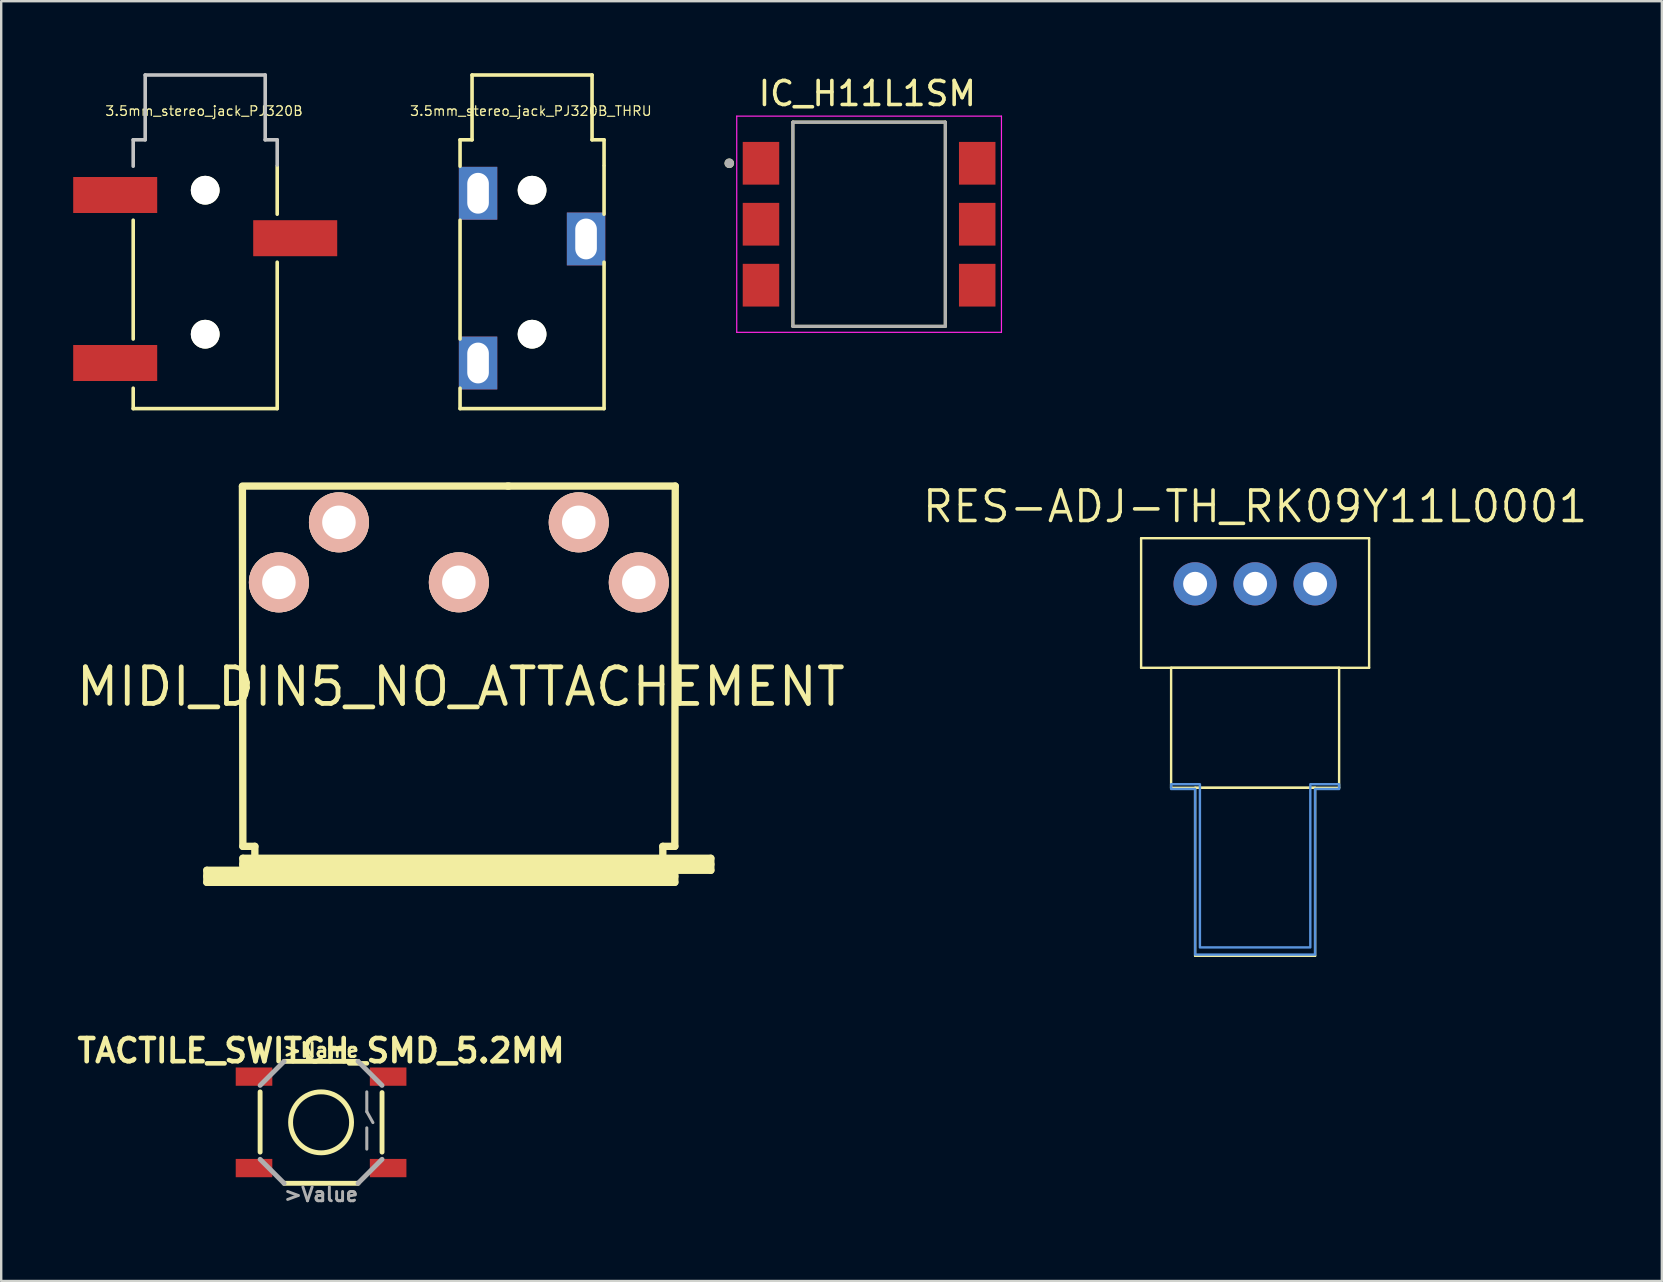
<source format=kicad_pcb>
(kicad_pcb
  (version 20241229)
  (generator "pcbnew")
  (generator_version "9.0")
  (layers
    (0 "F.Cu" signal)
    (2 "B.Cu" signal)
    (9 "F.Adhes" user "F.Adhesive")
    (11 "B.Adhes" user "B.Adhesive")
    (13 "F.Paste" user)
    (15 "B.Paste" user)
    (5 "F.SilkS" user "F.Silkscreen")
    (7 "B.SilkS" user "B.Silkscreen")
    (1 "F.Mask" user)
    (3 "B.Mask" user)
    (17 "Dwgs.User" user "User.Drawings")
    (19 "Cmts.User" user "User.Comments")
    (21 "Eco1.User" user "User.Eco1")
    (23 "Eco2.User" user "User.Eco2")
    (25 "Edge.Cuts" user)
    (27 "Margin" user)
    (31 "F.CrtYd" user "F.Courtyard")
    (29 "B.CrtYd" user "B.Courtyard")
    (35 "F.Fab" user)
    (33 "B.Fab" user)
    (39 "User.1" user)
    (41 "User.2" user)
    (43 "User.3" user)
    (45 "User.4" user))
  (footprint "IC_H11L1SM"
    (layer "F.Cu")
    (at 33.162 6.293)
    (property "Reference" "IC_H11L1SM" (at -0.075 -5.445 0) (layer "F.SilkS") (effects (font (size 1 1) (thickness 0.15))))
    (attr smd)
    (fp_line (start -3.175 -4.255) (end -3.175 4.255) (stroke (width 0.127) (type solid)) (layer "F.SilkS"))
    (fp_line (start -3.175 -4.255) (end 3.175 -4.255) (stroke (width 0.127) (type solid)) (layer "F.SilkS"))
    (fp_line (start -3.175 4.255) (end 3.175 4.255) (stroke (width 0.127) (type solid)) (layer "F.SilkS"))
    (fp_line (start 3.175 -4.255) (end 3.175 4.255) (stroke (width 0.127) (type solid)) (layer "F.SilkS"))
    (fp_circle (center -5.825 -2.54) (end -5.725 -2.54) (stroke (width 0.2) (type solid)) (fill no) (layer "F.SilkS"))
    (fp_line (start -5.515 -4.505) (end -5.515 4.505) (stroke (width 0.05) (type solid)) (layer "F.CrtYd"))
    (fp_line (start -5.515 -4.505) (end 5.515 -4.505) (stroke (width 0.05) (type solid)) (layer "F.CrtYd"))
    (fp_line (start -5.515 4.505) (end 5.515 4.505) (stroke (width 0.05) (type solid)) (layer "F.CrtYd"))
    (fp_line (start 5.515 -4.505) (end 5.515 4.505) (stroke (width 0.05) (type solid)) (layer "F.CrtYd"))
    (fp_line (start -3.175 -4.255) (end -3.175 4.255) (stroke (width 0.127) (type solid)) (layer "F.Fab"))
    (fp_line (start -3.175 -4.255) (end 3.175 -4.255) (stroke (width 0.127) (type solid)) (layer "F.Fab"))
    (fp_line (start -3.175 4.255) (end 3.175 4.255) (stroke (width 0.127) (type solid)) (layer "F.Fab"))
    (fp_line (start 3.175 -4.255) (end 3.175 4.255) (stroke (width 0.127) (type solid)) (layer "F.Fab"))
    (fp_circle (center -5.825 -2.54) (end -5.725 -2.54) (stroke (width 0.2) (type solid)) (fill no) (layer "F.Fab"))
    (pad "1" smd rect (at -4.505 -2.54) (size 1.52 1.78) (layers "F.Cu" "F.Mask" "F.Paste"))
    (pad "2" smd rect (at -4.505 0) (size 1.52 1.78) (layers "F.Cu" "F.Mask" "F.Paste"))
    (pad "3" smd rect (at -4.505 2.54) (size 1.52 1.78) (layers "F.Cu" "F.Mask" "F.Paste"))
    (pad "4" smd rect (at 4.505 2.54) (size 1.52 1.78) (layers "F.Cu" "F.Mask" "F.Paste"))
    (pad "5" smd rect (at 4.505 0) (size 1.52 1.78) (layers "F.Cu" "F.Mask" "F.Paste"))
    (pad "6" smd rect (at 4.505 -2.54) (size 1.52 1.78) (layers "F.Cu" "F.Mask" "F.Paste")))
  (footprint "TACTILE_SWITCH_SMD_5.2MM"
    (layer "F.Cu")
    (at 10.328 43.714)
    (property "Reference" "TACTILE_SWITCH_SMD_5.2MM" (at 0 -2.985 0) (layer "F.SilkS") (effects (font (size 0.965 0.965) (thickness 0.193))))
    (attr through_hole)
    (fp_line (start -2.54 1.24) (end -2.54 -1.27) (stroke (width 0.203) (type solid)) (layer "F.SilkS"))
    (fp_line (start -1.54 -2.54) (end 1.54 -2.54) (stroke (width 0.203) (type solid)) (layer "F.SilkS"))
    (fp_line (start 1.54 2.54) (end -1.54 2.54) (stroke (width 0.203) (type solid)) (layer "F.SilkS"))
    (fp_line (start 2.54 -1.24) (end 2.54 1.24) (stroke (width 0.203) (type solid)) (layer "F.SilkS"))
    (fp_circle (center 0 0) (end 1.27 0) (stroke (width 0.203) (type solid)) (fill no) (layer "F.SilkS"))
    (fp_line (start -2.54 -1.54) (end -1.54 -2.54) (stroke (width 0.203) (type solid)) (layer "F.Fab"))
    (fp_line (start -1.54 2.54) (end -2.54 1.54) (stroke (width 0.203) (type solid)) (layer "F.Fab"))
    (fp_line (start 1.54 -2.54) (end 2.54 -1.54) (stroke (width 0.203) (type solid)) (layer "F.Fab"))
    (fp_line (start 1.905 -1.27) (end 1.905 -0.445) (stroke (width 0.127) (type solid)) (layer "F.Fab"))
    (fp_line (start 1.905 -0.445) (end 2.16 0.01) (stroke (width 0.127) (type solid)) (layer "F.Fab"))
    (fp_line (start 1.905 0.23) (end 1.905 1.115) (stroke (width 0.127) (type solid)) (layer "F.Fab"))
    (fp_line (start 2.54 1.54) (end 1.54 2.54) (stroke (width 0.203) (type solid)) (layer "F.Fab"))
    (fp_text user ">Name" (at 0 -2.667 0) (layer "F.SilkS") (effects (font (size 0.579 0.579) (thickness 0.122)) (justify bottom)))
    (fp_text user ">Value" (at 0 2.667 0) (layer "F.Fab") (effects (font (size 0.579 0.579) (thickness 0.122)) (justify top)))
    (pad "1" smd rect (at -2.794 -1.905 90) (size 0.762 1.524) (layers "F.Cu" "F.Mask" "F.Paste"))
    (pad "2" smd rect (at 2.794 -1.905 90) (size 0.762 1.524) (layers "F.Cu" "F.Mask" "F.Paste"))
    (pad "3" smd rect (at -2.794 1.905 90) (size 0.762 1.524) (layers "F.Cu" "F.Mask" "F.Paste"))
    (pad "4" smd rect (at 2.794 1.905 90) (size 0.762 1.524) (layers "F.Cu" "F.Mask" "F.Paste")))
  (footprint "3.5mm_stereo_jack_PJ320B_THRU"
    (layer "F.Cu")
    (at 19.119 4.875)
    (property "Reference" "3.5mm_stereo_jack_PJ320B_THRU" (at -0.05 -3.3 0) (layer "F.SilkS") (effects (font (size 0.399 0.399) (thickness 0.051))))
    (attr through_hole)
    (fp_line (start -3 -2.1) (end -2.5 -2.1) (stroke (width 0.15) (type solid)) (layer "F.SilkS"))
    (fp_line (start -3 -1) (end -3 -2.1) (stroke (width 0.15) (type solid)) (layer "F.SilkS"))
    (fp_line (start -3 1.25) (end -3 6.2) (stroke (width 0.15) (type solid)) (layer "F.SilkS"))
    (fp_line (start -3 9.1) (end -3 8.25) (stroke (width 0.15) (type solid)) (layer "F.SilkS"))
    (fp_line (start -2.5 -4.8) (end 2.5 -4.8) (stroke (width 0.15) (type solid)) (layer "F.SilkS"))
    (fp_line (start -2.5 -2.1) (end -2.5 -4.8) (stroke (width 0.15) (type solid)) (layer "F.SilkS"))
    (fp_line (start 2.5 -4.8) (end 2.5 -2.1) (stroke (width 0.15) (type solid)) (layer "F.SilkS"))
    (fp_line (start 2.5 -2.1) (end 3 -2.1) (stroke (width 0.15) (type solid)) (layer "F.SilkS"))
    (fp_line (start 3 -2.1) (end 3 -1.05) (stroke (width 0.15) (type solid)) (layer "F.SilkS"))
    (fp_line (start 3 -1) (end 3 1) (stroke (width 0.15) (type solid)) (layer "F.SilkS"))
    (fp_line (start 3 3) (end 3 9.1) (stroke (width 0.15) (type solid)) (layer "F.SilkS"))
    (fp_line (start 3 9.1) (end -3 9.1) (stroke (width 0.15) (type solid)) (layer "F.SilkS"))
    (pad "" np_thru_hole circle (at 0 0) (size 1.2 1.2) (drill 1.2) (layers "*.Cu" "*.Mask" "F.SilkS"))
    (pad "" np_thru_hole circle (at 0 6) (size 1.2 1.2) (drill 1.2) (layers "*.Cu" "*.Mask" "F.SilkS"))
    (pad "1" thru_hole rect (at -2.25 0.127) (size 1.6 2.2) (drill oval 0.9 1.7) (layers "*.Cu" "*.Mask"))
    (pad "2" thru_hole rect (at -2.25 7.2) (size 1.6 2.2) (drill oval 0.9 1.7) (layers "*.Cu" "*.Mask"))
    (pad "3" thru_hole rect (at 2.25 2.032) (size 1.6 2.2) (drill oval 0.9 1.7) (layers "*.Cu" "*.Mask")))
  (footprint "MIDI_DIN5_NO_ATTACHEMENT"
    (layer "F.Cu")
    (at 16.068 24.213)
    (property "Reference" "MIDI_DIN5_NO_ATTACHEMENT" (at 0.081 1.351 0) (layer "F.SilkS") (effects (font (size 1.524 1.524) (thickness 0.2))))
    (attr through_hole)
    (fp_line (start -10.5 8.999) (end -8.999 8.999) (stroke (width 0.305) (type solid)) (layer "F.SilkS"))
    (fp_line (start -10.5 9.251) (end 8.999 9.251) (stroke (width 0.305) (type solid)) (layer "F.SilkS"))
    (fp_line (start -10.5 9.5) (end -10.5 8.999) (stroke (width 0.305) (type solid)) (layer "F.SilkS"))
    (fp_line (start -9.017 -7.01) (end 2.083 -7.01) (stroke (width 0.305) (type solid)) (layer "F.SilkS"))
    (fp_line (start -9.017 -6.985) (end -8.999 8.001) (stroke (width 0.305) (type solid)) (layer "F.SilkS"))
    (fp_line (start -8.999 8.001) (end -8.499 8.001) (stroke (width 0.305) (type solid)) (layer "F.SilkS"))
    (fp_line (start -8.999 8.499) (end 10.5 8.499) (stroke (width 0.305) (type solid)) (layer "F.SilkS"))
    (fp_line (start -8.999 8.75) (end 10.5 8.75) (stroke (width 0.305) (type solid)) (layer "F.SilkS"))
    (fp_line (start -8.999 8.999) (end -8.999 8.499) (stroke (width 0.305) (type solid)) (layer "F.SilkS"))
    (fp_line (start -8.499 8.001) (end -8.499 8.499) (stroke (width 0.305) (type solid)) (layer "F.SilkS"))
    (fp_line (start 8.499 8.499) (end 8.499 8.001) (stroke (width 0.305) (type solid)) (layer "F.SilkS"))
    (fp_line (start 8.999 8.001) (end 8.499 8.001) (stroke (width 0.305) (type solid)) (layer "F.SilkS"))
    (fp_line (start 8.999 8.999) (end -8.999 8.999) (stroke (width 0.305) (type solid)) (layer "F.SilkS"))
    (fp_line (start 8.999 8.999) (end 8.999 9.5) (stroke (width 0.305) (type solid)) (layer "F.SilkS"))
    (fp_line (start 8.999 9.5) (end -10.5 9.5) (stroke (width 0.305) (type solid)) (layer "F.SilkS"))
    (fp_line (start 9.017 -7.01) (end 2.032 -7.01) (stroke (width 0.305) (type solid)) (layer "F.SilkS"))
    (fp_line (start 9.017 -7.01) (end 8.999 8.001) (stroke (width 0.305) (type solid)) (layer "F.SilkS"))
    (fp_line (start 10.5 8.499) (end 10.5 8.999) (stroke (width 0.305) (type solid)) (layer "F.SilkS"))
    (fp_line (start 10.5 8.999) (end 8.999 8.999) (stroke (width 0.305) (type solid)) (layer "F.SilkS"))
    (pad "1" thru_hole circle (at 7.498 -2.997) (size 2.499 2.499) (drill 1.397) (layers "*.Cu" "*.SilkS" "*.Mask"))
    (pad "2" thru_hole circle (at 0 -3) (size 2.499 2.499) (drill 1.397) (layers "*.Cu" "*.SilkS" "*.Mask"))
    (pad "3" thru_hole circle (at -7.498 -2.997) (size 2.499 2.499) (drill 1.397) (layers "*.Cu" "*.SilkS" "*.Mask"))
    (pad "4" thru_hole circle (at 4.996 -5.499) (size 2.499 2.499) (drill 1.397) (layers "*.Cu" "*.SilkS" "*.Mask"))
    (pad "5" thru_hole circle (at -4.996 -5.499) (size 2.499 2.499) (drill 1.397) (layers "*.Cu" "*.SilkS" "*.Mask")))
  (footprint "RES-ADJ-TH_RK09Y11L0001"
    (layer "F.Cu")
    (at 49.246 21.276)
    (property "Reference" "RES-ADJ-TH_RK09Y11L0001" (at 0 -3.22 0) (layer "F.SilkS") (effects (font (size 1.27 1.27) (thickness 0.15))))
    (attr through_hole)
    (fp_line (start -4.75 -1.9) (end -4.75 3.5) (stroke (width 0.1) (type solid)) (layer "F.SilkS"))
    (fp_line (start -4.75 3.5) (end 4.75 3.5) (stroke (width 0.1) (type solid)) (layer "F.SilkS"))
    (fp_line (start -3.5 3.5) (end -3.5 8.5) (stroke (width 0.1) (type solid)) (layer "F.SilkS"))
    (fp_line (start -3.5 8.5) (end 3.5 8.5) (stroke (width 0.1) (type solid)) (layer "F.SilkS"))
    (fp_line (start -2.5 8.5) (end -2.5 15.5) (stroke (width 0.1) (type solid)) (layer "F.SilkS"))
    (fp_line (start -2.5 15.5) (end 2.5 15.5) (stroke (width 0.1) (type solid)) (layer "F.SilkS"))
    (fp_line (start 2.5 8.5) (end -2.5 8.5) (stroke (width 0.1) (type solid)) (layer "F.SilkS"))
    (fp_line (start 2.5 15.5) (end 2.5 8.5) (stroke (width 0.1) (type solid)) (layer "F.SilkS"))
    (fp_line (start 3.5 3.5) (end -3.5 3.5) (stroke (width 0.1) (type solid)) (layer "F.SilkS"))
    (fp_line (start 3.5 8.5) (end 3.5 3.5) (stroke (width 0.1) (type solid)) (layer "F.SilkS"))
    (fp_line (start 4.75 -1.9) (end -4.75 -1.9) (stroke (width 0.1) (type solid)) (layer "F.SilkS"))
    (fp_line (start 4.75 3.5) (end 4.75 -1.9) (stroke (width 0.1) (type solid)) (layer "F.SilkS"))
    (fp_poly (pts (xy 3.5 8.55) (xy 2.5 8.55) (xy 2.5 15.45) (xy -2.5 15.45) (xy -2.5 8.55) (xy -3.5 8.55) (xy -3.5 8.35) (xy -2.3 8.35) (xy -2.3 15.15) (xy 2.3 15.15) (xy 2.3 8.35) (xy 3.5 8.35)) (stroke (width 0.1) (type solid)) (fill no) (layer "Cmts.User"))
    (fp_text user "" (at 0 0 0) (layer "Cmts.User") (effects (font (size 1 1) (thickness 0.15))))
    (pad "1" thru_hole circle (at -2.5 0 270) (size 1.8 1.8) (drill oval 1) (layers "*.Cu" "*.Paste" "*.Mask"))
    (pad "2" thru_hole circle (at 0 0 270) (size 1.8 1.8) (drill oval 1) (layers "*.Cu" "*.Paste" "*.Mask"))
    (pad "3" thru_hole circle (at 2.5 0 270) (size 1.8 1.8) (drill oval 1) (layers "*.Cu" "*.Paste" "*.Mask")))
  (footprint "3.5mm_stereo_jack_PJ320B"
    (layer "F.Cu")
    (at 5.5 4.875)
    (property "Reference" "3.5mm_stereo_jack_PJ320B" (at -0.05 -3.3 0) (layer "F.SilkS") (effects (font (size 0.399 0.399) (thickness 0.051))))
    (attr through_hole)
    (fp_line (start -3 1.25) (end -3 6.2) (stroke (width 0.15) (type solid)) (layer "F.SilkS"))
    (fp_line (start -3 9.1) (end -3 8.25) (stroke (width 0.15) (type solid)) (layer "F.SilkS"))
    (fp_line (start 3 -1) (end 3 1) (stroke (width 0.15) (type solid)) (layer "F.SilkS"))
    (fp_line (start 3 3) (end 3 9.1) (stroke (width 0.15) (type solid)) (layer "F.SilkS"))
    (fp_line (start 3 9.1) (end -3 9.1) (stroke (width 0.15) (type solid)) (layer "F.SilkS"))
    (fp_line (start -3 -2.1) (end -2.5 -2.1) (stroke (width 0.15) (type solid)) (layer "Dwgs.User"))
    (fp_line (start -3 -1) (end -3 -2.1) (stroke (width 0.15) (type solid)) (layer "Dwgs.User"))
    (fp_line (start -2.5 -4.8) (end 2.5 -4.8) (stroke (width 0.15) (type solid)) (layer "Dwgs.User"))
    (fp_line (start -2.5 -2.1) (end -2.5 -4.8) (stroke (width 0.15) (type solid)) (layer "Dwgs.User"))
    (fp_line (start 2.5 -4.8) (end 2.5 -2.1) (stroke (width 0.15) (type solid)) (layer "Dwgs.User"))
    (fp_line (start 2.5 -2.1) (end 3 -2.1) (stroke (width 0.15) (type solid)) (layer "Dwgs.User"))
    (fp_line (start 3 -2.1) (end 3 -1.05) (stroke (width 0.15) (type solid)) (layer "Dwgs.User"))
    (pad "" np_thru_hole circle (at 0 0) (size 1.2 1.2) (drill 1.2) (layers "*.Cu" "*.Mask" "F.SilkS"))
    (pad "" np_thru_hole circle (at 0 6) (size 1.2 1.2) (drill 1.2) (layers "*.Cu" "*.Mask" "F.SilkS"))
    (pad "1" smd rect (at -3.75 0.2) (size 3.5 1.5) (layers "F.Cu" "F.Mask" "F.Paste"))
    (pad "2" smd rect (at -3.75 7.2) (size 3.5 1.5) (layers "F.Cu" "F.Mask" "F.Paste"))
    (pad "3" smd rect (at 3.75 2) (size 3.5 1.5) (layers "F.Cu" "F.Mask" "F.Paste")))
  (gr_rect
    (start -3 -3)
    (end 66.193 50.326)
    (stroke (width 0.1) (type default))
    (fill no)
    (layer "Edge.Cuts")))
</source>
